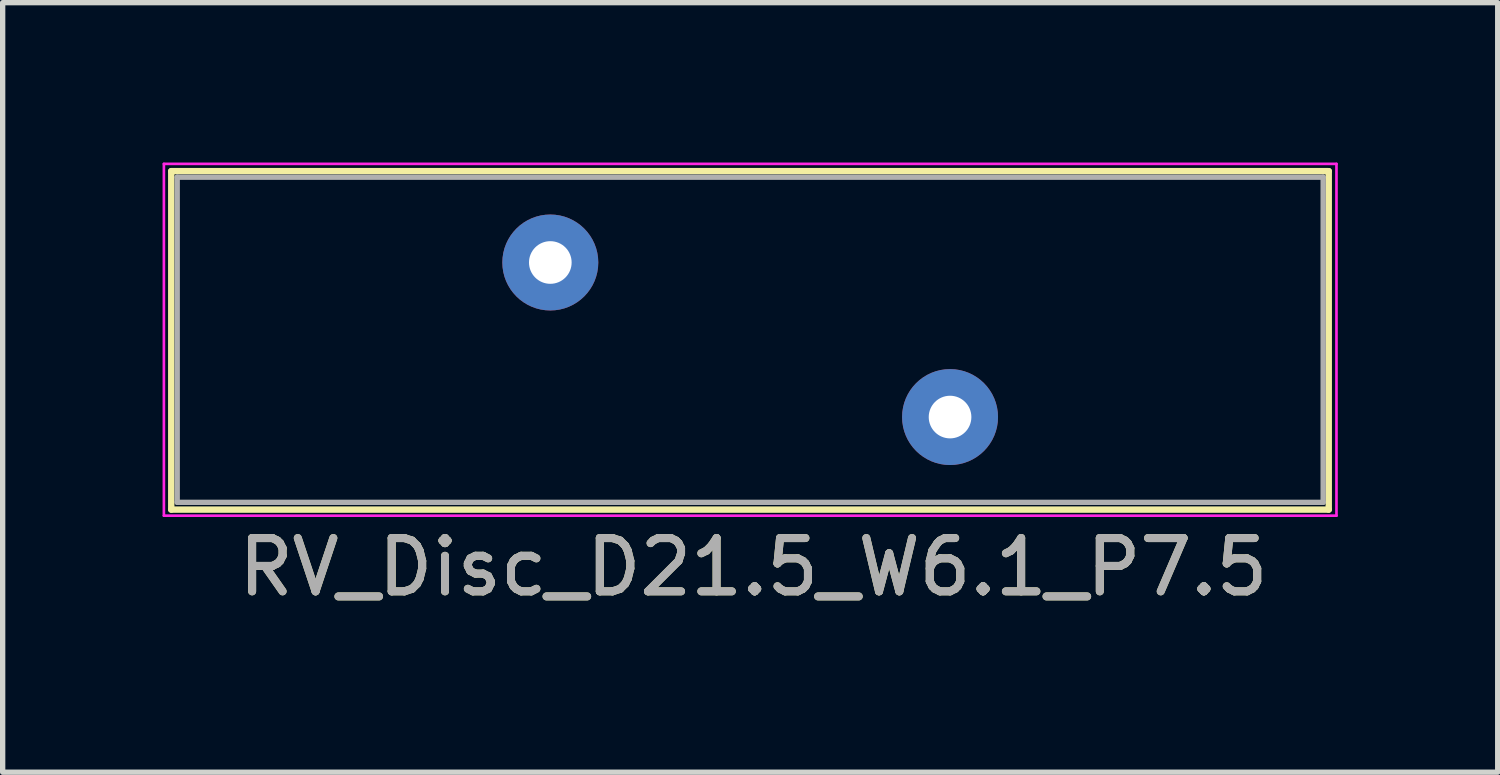
<source format=kicad_pcb>
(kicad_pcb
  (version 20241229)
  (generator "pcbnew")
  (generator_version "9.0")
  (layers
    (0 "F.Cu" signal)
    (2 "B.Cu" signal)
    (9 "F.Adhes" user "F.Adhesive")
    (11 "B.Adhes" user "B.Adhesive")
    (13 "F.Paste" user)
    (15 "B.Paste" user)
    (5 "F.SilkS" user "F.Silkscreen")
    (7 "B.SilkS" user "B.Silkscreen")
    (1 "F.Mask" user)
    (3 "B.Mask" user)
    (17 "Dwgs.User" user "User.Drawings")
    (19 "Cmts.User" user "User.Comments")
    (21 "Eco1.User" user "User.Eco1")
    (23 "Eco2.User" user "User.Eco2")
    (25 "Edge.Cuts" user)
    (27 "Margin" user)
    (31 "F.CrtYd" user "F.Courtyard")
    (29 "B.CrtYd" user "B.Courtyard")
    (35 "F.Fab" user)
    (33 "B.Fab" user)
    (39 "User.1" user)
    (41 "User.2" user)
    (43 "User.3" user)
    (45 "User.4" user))
  (footprint "RV_Disc_D21.5_W6.1_P7.5"
    (layer "F.Cu")
    (at 7.275 1.875)
    (property "Reference" "RV_Disc_D21.5_W6.1_P7.5" (at 3.81 5.715 0) (layer "F.SilkS") (effects (font (size 1 1) (thickness 0.15))))
    (attr through_hole)
    (fp_line (start -7.112 -1.714) (end 14.605 -1.714) (stroke (width 0.12) (type solid)) (layer "F.SilkS"))
    (fp_line (start -7.112 4.636) (end -7.112 -1.714) (stroke (width 0.12) (type solid)) (layer "F.SilkS"))
    (fp_line (start 14.605 -1.714) (end 14.605 4.636) (stroke (width 0.12) (type solid)) (layer "F.SilkS"))
    (fp_line (start 14.605 4.636) (end -7.112 4.636) (stroke (width 0.12) (type solid)) (layer "F.SilkS"))
    (fp_line (start -7.25 -1.85) (end -7.25 4.75) (stroke (width 0.05) (type solid)) (layer "F.CrtYd"))
    (fp_line (start -7.25 -1.85) (end 14.75 -1.85) (stroke (width 0.05) (type solid)) (layer "F.CrtYd"))
    (fp_line (start -7.25 4.75) (end 14.75 4.75) (stroke (width 0.05) (type solid)) (layer "F.CrtYd"))
    (fp_line (start 14.75 -1.85) (end 14.75 4.75) (stroke (width 0.05) (type solid)) (layer "F.CrtYd"))
    (fp_line (start -7 -1.6) (end -7 4.5) (stroke (width 0.1) (type solid)) (layer "F.Fab"))
    (fp_line (start -7 -1.6) (end 14.5 -1.6) (stroke (width 0.1) (type solid)) (layer "F.Fab"))
    (fp_line (start -7 4.5) (end 14.5 4.5) (stroke (width 0.1) (type solid)) (layer "F.Fab"))
    (fp_line (start 14.5 -1.6) (end 14.5 4.5) (stroke (width 0.1) (type solid)) (layer "F.Fab"))
    (fp_text user "${REFERENCE}" (at 3.81 5.715 0) (layer "F.Fab") (effects (font (size 1 1) (thickness 0.15))))
    (pad "1" thru_hole circle (at 0 0) (size 1.8 1.8) (drill 0.8) (layers "*.Cu" "*.Mask"))
    (pad "2" thru_hole circle (at 7.5 2.9) (size 1.8 1.8) (drill 0.8) (layers "*.Cu" "*.Mask")))
  (gr_rect
    (start -3 -3)
    (end 25.05 11.438)
    (stroke (width 0.1) (type default))
    (fill no)
    (layer "Edge.Cuts")))
</source>
